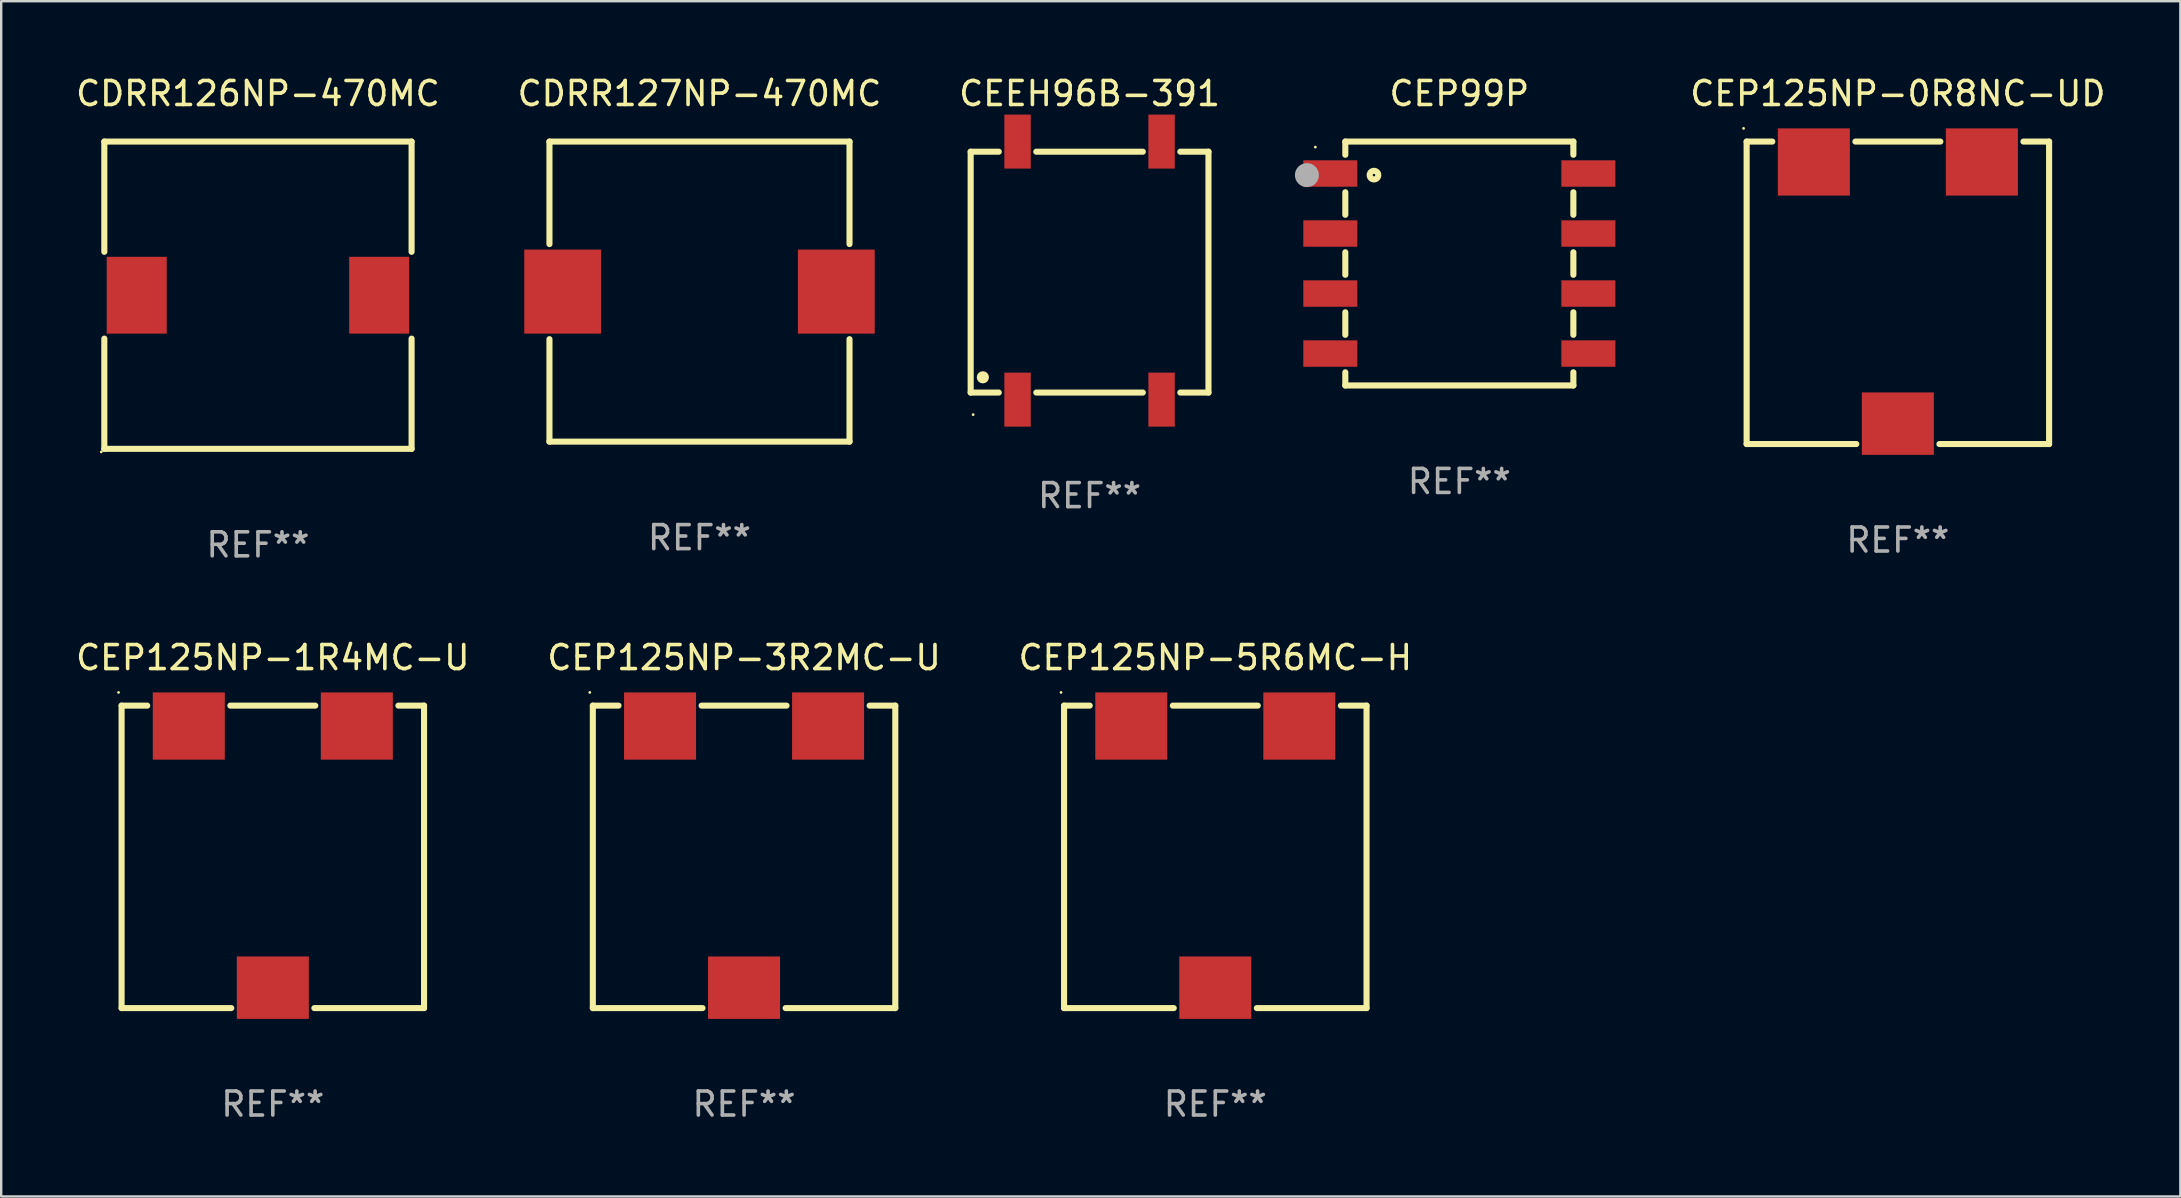
<source format=kicad_pcb>
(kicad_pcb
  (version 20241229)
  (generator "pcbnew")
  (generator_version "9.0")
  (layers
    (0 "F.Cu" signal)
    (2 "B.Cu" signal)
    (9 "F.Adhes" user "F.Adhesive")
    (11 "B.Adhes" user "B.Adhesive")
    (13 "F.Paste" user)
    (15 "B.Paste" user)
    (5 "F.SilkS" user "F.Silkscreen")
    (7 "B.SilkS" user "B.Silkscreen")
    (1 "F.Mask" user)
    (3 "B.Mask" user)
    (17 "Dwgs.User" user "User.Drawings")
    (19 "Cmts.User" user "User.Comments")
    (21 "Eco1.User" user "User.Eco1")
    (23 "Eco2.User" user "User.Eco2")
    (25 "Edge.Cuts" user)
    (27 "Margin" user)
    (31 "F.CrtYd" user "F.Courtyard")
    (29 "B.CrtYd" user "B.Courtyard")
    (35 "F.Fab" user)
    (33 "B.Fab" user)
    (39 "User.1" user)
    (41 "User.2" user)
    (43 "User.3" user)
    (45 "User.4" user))
  (footprint "CDRR126NP-470MC"
    (layer "F.Cu")
    (at 7.696 9.248)
    (property "Reference" "CDRR126NP-470MC" (at 0 -8.4 0) (layer "F.SilkS") (effects (font (size 1 1) (thickness 0.15))))
    (attr through_hole)
    (fp_line (start -6.4 -6.4) (end 6.4 -6.4) (stroke (width 0.254) (type solid)) (layer "F.SilkS"))
    (fp_line (start -6.4 -1.808) (end -6.4 -6.4) (stroke (width 0.254) (type solid)) (layer "F.SilkS"))
    (fp_line (start -6.4 6.4) (end -6.4 1.808) (stroke (width 0.254) (type solid)) (layer "F.SilkS"))
    (fp_line (start -6.4 6.4) (end 6.4 6.4) (stroke (width 0.254) (type solid)) (layer "F.SilkS"))
    (fp_line (start 6.4 -1.808) (end 6.4 -6.4) (stroke (width 0.254) (type solid)) (layer "F.SilkS"))
    (fp_line (start 6.4 6.4) (end 6.4 1.808) (stroke (width 0.254) (type solid)) (layer "F.SilkS"))
    (fp_circle (center -6.527 6.527) (end -6.497 6.527) (stroke (width 0.06) (type solid)) (fill no) (layer "F.SilkS"))
    (fp_text user "REF**" (at 0 10.4 0) (layer "F.Fab") (effects (font (size 1 1) (thickness 0.15))))
    (pad "1" smd rect (at -5.05 -0.000013 90) (size 3.2 2.5) (layers "F.Cu" "F.Mask" "F.Paste"))
    (pad "2" smd rect (at 5.05 -0.000013 90) (size 3.2 2.5) (layers "F.Cu" "F.Mask" "F.Paste")))
  (footprint "CDRR127NP-470MC"
    (layer "F.Cu")
    (at 26.089 9.098)
    (property "Reference" "CDRR127NP-470MC" (at 0 -8.25 0) (layer "F.SilkS") (effects (font (size 1 1) (thickness 0.15))))
    (attr through_hole)
    (fp_line (start -6.25 -6.25) (end 6.25 -6.25) (stroke (width 0.254) (type solid)) (layer "F.SilkS"))
    (fp_line (start -6.25 -1.981) (end -6.25 -6.25) (stroke (width 0.254) (type solid)) (layer "F.SilkS"))
    (fp_line (start -6.25 6.25) (end -6.25 1.981) (stroke (width 0.254) (type solid)) (layer "F.SilkS"))
    (fp_line (start -6.25 6.25) (end 6.25 6.25) (stroke (width 0.254) (type solid)) (layer "F.SilkS"))
    (fp_line (start 6.25 -6.25) (end 6.25 -1.981) (stroke (width 0.254) (type solid)) (layer "F.SilkS"))
    (fp_line (start 6.25 1.981) (end 6.25 6.25) (stroke (width 0.254) (type solid)) (layer "F.SilkS"))
    (fp_circle (center -6.25 6.25) (end -6.22 6.25) (stroke (width 0.06) (type solid)) (fill no) (layer "F.SilkS"))
    (fp_text user "REF**" (at 0 10.25 0) (layer "F.Fab") (effects (font (size 1 1) (thickness 0.15))))
    (pad "1" smd rect (at -5.7 -0.000013) (size 3.2 3.5) (layers "F.Cu" "F.Mask" "F.Paste"))
    (pad "2" smd rect (at 5.7 -0.000013) (size 3.2 3.5) (layers "F.Cu" "F.Mask" "F.Paste")))
  (footprint "CEP125NP-3R2MC-U"
    (layer "F.Cu")
    (at 27.946 32.645)
    (property "Reference" "CEP125NP-3R2MC-U" (at 0 -8.3 0) (layer "F.SilkS") (effects (font (size 1 1) (thickness 0.15))))
    (attr through_hole)
    (fp_line (start -6.3 -6.3) (end -5.231 -6.3) (stroke (width 0.254) (type solid)) (layer "F.SilkS"))
    (fp_line (start -6.3 6.3) (end -6.3 -6.3) (stroke (width 0.254) (type solid)) (layer "F.SilkS"))
    (fp_line (start -1.769 -6.3) (end 1.769 -6.3) (stroke (width 0.254) (type solid)) (layer "F.SilkS"))
    (fp_line (start -1.731 6.3) (end -6.3 6.3) (stroke (width 0.254) (type solid)) (layer "F.SilkS"))
    (fp_line (start 5.231 -6.3) (end 6.3 -6.3) (stroke (width 0.254) (type solid)) (layer "F.SilkS"))
    (fp_line (start 6.3 -6.3) (end 6.3 6.3) (stroke (width 0.254) (type solid)) (layer "F.SilkS"))
    (fp_line (start 6.3 6.3) (end 1.731 6.3) (stroke (width 0.254) (type solid)) (layer "F.SilkS"))
    (fp_circle (center -6.427 -6.85) (end -6.397 -6.85) (stroke (width 0.06) (type solid)) (fill no) (layer "F.SilkS"))
    (fp_text user "REF**" (at 0 10.3 0) (layer "F.Fab") (effects (font (size 1 1) (thickness 0.15))))
    (pad "1" smd rect (at -3.5 -5.45) (size 3 2.8) (layers "F.Cu" "F.Mask" "F.Paste"))
    (pad "2" smd rect (at 3.5 -5.45) (size 3 2.8) (layers "F.Cu" "F.Mask" "F.Paste"))
    (pad "3" smd rect (at -0.000127 5.45) (size 3 2.6) (layers "F.Cu" "F.Mask" "F.Paste")))
  (footprint "CEEH96B-391"
    (layer "F.Cu")
    (at 42.339 8.223)
    (property "Reference" "CEEH96B-391" (at 0 -7.375 0) (layer "F.SilkS") (effects (font (size 1 1) (thickness 0.15))))
    (attr through_hole)
    (fp_line (start -4.953 -4.953) (end -4.953 5.08) (stroke (width 0.254) (type solid)) (layer "F.SilkS"))
    (fp_line (start -4.953 5.08) (end -3.781 5.08) (stroke (width 0.254) (type solid)) (layer "F.SilkS"))
    (fp_line (start -3.781 -4.953) (end -4.953 -4.953) (stroke (width 0.254) (type solid)) (layer "F.SilkS"))
    (fp_line (start -2.219 5.08) (end 2.219 5.08) (stroke (width 0.254) (type solid)) (layer "F.SilkS"))
    (fp_line (start 2.219 -4.953) (end -2.219 -4.953) (stroke (width 0.254) (type solid)) (layer "F.SilkS"))
    (fp_line (start 3.781 5.08) (end 4.953 5.08) (stroke (width 0.254) (type solid)) (layer "F.SilkS"))
    (fp_line (start 4.953 -4.953) (end 3.781 -4.953) (stroke (width 0.254) (type solid)) (layer "F.SilkS"))
    (fp_line (start 4.953 5.08) (end 4.953 -4.953) (stroke (width 0.254) (type solid)) (layer "F.SilkS"))
    (fp_circle (center -4.85 6) (end -4.82 6) (stroke (width 0.06) (type solid)) (fill no) (layer "F.SilkS"))
    (fp_circle (center -4.445 4.445) (end -4.318 4.445) (stroke (width 0.254) (type solid)) (fill no) (layer "F.SilkS"))
    (fp_text user "REF**" (at 0 9.375 0) (layer "F.Fab") (effects (font (size 1 1) (thickness 0.15))))
    (pad "1" smd rect (at -3 5.375) (size 1.1 2.25) (layers "F.Cu" "F.Mask" "F.Paste"))
    (pad "2" smd rect (at 3 5.375) (size 1.1 2.25) (layers "F.Cu" "F.Mask" "F.Paste"))
    (pad "3" smd rect (at 3 -5.375) (size 1.1 2.25) (layers "F.Cu" "F.Mask" "F.Paste"))
    (pad "4" smd rect (at -3 -5.375) (size 1.1 2.25) (layers "F.Cu" "F.Mask" "F.Paste")))
  (footprint "CEP125NP-5R6MC-H"
    (layer "F.Cu")
    (at 47.577 32.645)
    (property "Reference" "CEP125NP-5R6MC-H" (at 0 -8.3 0) (layer "F.SilkS") (effects (font (size 1 1) (thickness 0.15))))
    (attr through_hole)
    (fp_line (start -6.3 -6.3) (end -5.231 -6.3) (stroke (width 0.254) (type solid)) (layer "F.SilkS"))
    (fp_line (start -6.3 6.3) (end -6.3 -6.3) (stroke (width 0.254) (type solid)) (layer "F.SilkS"))
    (fp_line (start -1.769 -6.3) (end 1.769 -6.3) (stroke (width 0.254) (type solid)) (layer "F.SilkS"))
    (fp_line (start -1.731 6.3) (end -6.3 6.3) (stroke (width 0.254) (type solid)) (layer "F.SilkS"))
    (fp_line (start 5.231 -6.3) (end 6.3 -6.3) (stroke (width 0.254) (type solid)) (layer "F.SilkS"))
    (fp_line (start 6.3 -6.3) (end 6.3 6.3) (stroke (width 0.254) (type solid)) (layer "F.SilkS"))
    (fp_line (start 6.3 6.3) (end 1.731 6.3) (stroke (width 0.254) (type solid)) (layer "F.SilkS"))
    (fp_circle (center -6.427 -6.85) (end -6.397 -6.85) (stroke (width 0.06) (type solid)) (fill no) (layer "F.SilkS"))
    (fp_text user "REF**" (at 0 10.3 0) (layer "F.Fab") (effects (font (size 1 1) (thickness 0.15))))
    (pad "1" smd rect (at -3.5 -5.45) (size 3 2.8) (layers "F.Cu" "F.Mask" "F.Paste"))
    (pad "2" smd rect (at 3.5 -5.45) (size 3 2.8) (layers "F.Cu" "F.Mask" "F.Paste"))
    (pad "3" smd rect (at -0.000127 5.45) (size 3 2.6) (layers "F.Cu" "F.Mask" "F.Paste")))
  (footprint "CEP125NP-0R8NC-UD"
    (layer "F.Cu")
    (at 76.011 9.148)
    (property "Reference" "CEP125NP-0R8NC-UD" (at 0 -8.3 0) (layer "F.SilkS") (effects (font (size 1 1) (thickness 0.15))))
    (attr through_hole)
    (fp_line (start -6.3 -6.3) (end -5.231 -6.3) (stroke (width 0.254) (type solid)) (layer "F.SilkS"))
    (fp_line (start -6.3 6.3) (end -6.3 -6.3) (stroke (width 0.254) (type solid)) (layer "F.SilkS"))
    (fp_line (start -1.769 -6.3) (end 1.769 -6.3) (stroke (width 0.254) (type solid)) (layer "F.SilkS"))
    (fp_line (start -1.731 6.3) (end -6.3 6.3) (stroke (width 0.254) (type solid)) (layer "F.SilkS"))
    (fp_line (start 5.231 -6.3) (end 6.3 -6.3) (stroke (width 0.254) (type solid)) (layer "F.SilkS"))
    (fp_line (start 6.3 -6.3) (end 6.3 6.3) (stroke (width 0.254) (type solid)) (layer "F.SilkS"))
    (fp_line (start 6.3 6.3) (end 1.731 6.3) (stroke (width 0.254) (type solid)) (layer "F.SilkS"))
    (fp_circle (center -6.427 -6.85) (end -6.397 -6.85) (stroke (width 0.06) (type solid)) (fill no) (layer "F.SilkS"))
    (fp_text user "REF**" (at 0 10.3 0) (layer "F.Fab") (effects (font (size 1 1) (thickness 0.15))))
    (pad "1" smd rect (at -3.5 -5.45) (size 3 2.8) (layers "F.Cu" "F.Mask" "F.Paste"))
    (pad "2" smd rect (at 3.5 -5.45) (size 3 2.8) (layers "F.Cu" "F.Mask" "F.Paste"))
    (pad "3" smd rect (at -0.000127 5.45) (size 3 2.6) (layers "F.Cu" "F.Mask" "F.Paste")))
  (footprint "CEP125NP-1R4MC-U"
    (layer "F.Cu")
    (at 8.315 32.645)
    (property "Reference" "CEP125NP-1R4MC-U" (at 0 -8.3 0) (layer "F.SilkS") (effects (font (size 1 1) (thickness 0.15))))
    (attr through_hole)
    (fp_line (start -6.3 -6.3) (end -5.231 -6.3) (stroke (width 0.254) (type solid)) (layer "F.SilkS"))
    (fp_line (start -6.3 6.3) (end -6.3 -6.3) (stroke (width 0.254) (type solid)) (layer "F.SilkS"))
    (fp_line (start -1.769 -6.3) (end 1.769 -6.3) (stroke (width 0.254) (type solid)) (layer "F.SilkS"))
    (fp_line (start -1.731 6.3) (end -6.3 6.3) (stroke (width 0.254) (type solid)) (layer "F.SilkS"))
    (fp_line (start 5.231 -6.3) (end 6.3 -6.3) (stroke (width 0.254) (type solid)) (layer "F.SilkS"))
    (fp_line (start 6.3 -6.3) (end 6.3 6.3) (stroke (width 0.254) (type solid)) (layer "F.SilkS"))
    (fp_line (start 6.3 6.3) (end 1.731 6.3) (stroke (width 0.254) (type solid)) (layer "F.SilkS"))
    (fp_circle (center -6.427 -6.85) (end -6.397 -6.85) (stroke (width 0.06) (type solid)) (fill no) (layer "F.SilkS"))
    (fp_text user "REF**" (at 0 10.3 0) (layer "F.Fab") (effects (font (size 1 1) (thickness 0.15))))
    (pad "1" smd rect (at -3.5 -5.45) (size 3 2.8) (layers "F.Cu" "F.Mask" "F.Paste"))
    (pad "2" smd rect (at 3.5 -5.45) (size 3 2.8) (layers "F.Cu" "F.Mask" "F.Paste"))
    (pad "3" smd rect (at -0.000127 5.45) (size 3 2.6) (layers "F.Cu" "F.Mask" "F.Paste")))
  (footprint "CEP99P"
    (layer "F.Cu")
    (at 57.743 7.928)
    (property "Reference" "CEP99P" (at 0 -7.08 0) (layer "F.SilkS") (effects (font (size 1 1) (thickness 0.15))))
    (attr through_hole)
    (fp_line (start -4.75 -5.08) (end -4.75 -4.531) (stroke (width 0.254) (type solid)) (layer "F.SilkS"))
    (fp_line (start -4.75 -5.08) (end 4.75 -5.08) (stroke (width 0.254) (type solid)) (layer "F.SilkS"))
    (fp_line (start -4.75 -2.969) (end -4.75 -2.031) (stroke (width 0.254) (type solid)) (layer "F.SilkS"))
    (fp_line (start -4.75 -0.469) (end -4.75 0.469) (stroke (width 0.254) (type solid)) (layer "F.SilkS"))
    (fp_line (start -4.75 2.031) (end -4.75 2.969) (stroke (width 0.254) (type solid)) (layer "F.SilkS"))
    (fp_line (start -4.75 4.531) (end -4.75 5.08) (stroke (width 0.254) (type solid)) (layer "F.SilkS"))
    (fp_line (start -4.75 5.08) (end 4.75 5.08) (stroke (width 0.254) (type solid)) (layer "F.SilkS"))
    (fp_line (start 4.75 -5.08) (end 4.75 -4.531) (stroke (width 0.254) (type solid)) (layer "F.SilkS"))
    (fp_line (start 4.75 -2.969) (end 4.75 -2.031) (stroke (width 0.254) (type solid)) (layer "F.SilkS"))
    (fp_line (start 4.75 -0.469) (end 4.75 0.469) (stroke (width 0.254) (type solid)) (layer "F.SilkS"))
    (fp_line (start 4.75 2.031) (end 4.75 2.969) (stroke (width 0.254) (type solid)) (layer "F.SilkS"))
    (fp_line (start 4.75 4.531) (end 4.75 5.08) (stroke (width 0.254) (type solid)) (layer "F.SilkS"))
    (fp_circle (center -6 -4.85) (end -5.97 -4.85) (stroke (width 0.06) (type solid)) (fill no) (layer "F.SilkS"))
    (fp_circle (center -3.556 -3.683) (end -3.377 -3.683) (stroke (width 0.254) (type solid)) (fill no) (layer "F.SilkS"))
    (fp_circle (center -6.35 -3.683) (end -6.1 -3.683) (stroke (width 0.5) (type solid)) (fill no) (layer "F.Fab"))
    (fp_text user "REF**" (at 0 9.08 0) (layer "F.Fab") (effects (font (size 1 1) (thickness 0.15))))
    (pad "1" smd rect (at -5.375 -3.75) (size 2.25 1.1) (layers "F.Cu" "F.Mask" "F.Paste"))
    (pad "2" smd rect (at -5.375 -1.25) (size 2.25 1.1) (layers "F.Cu" "F.Mask" "F.Paste"))
    (pad "3" smd rect (at -5.375 1.25) (size 2.25 1.1) (layers "F.Cu" "F.Mask" "F.Paste"))
    (pad "4" smd rect (at -5.375 3.75) (size 2.25 1.1) (layers "F.Cu" "F.Mask" "F.Paste"))
    (pad "5" smd rect (at 5.375 3.75) (size 2.25 1.1) (layers "F.Cu" "F.Mask" "F.Paste"))
    (pad "6" smd rect (at 5.375 1.25) (size 2.25 1.1) (layers "F.Cu" "F.Mask" "F.Paste"))
    (pad "7" smd rect (at 5.375 -1.25) (size 2.25 1.1) (layers "F.Cu" "F.Mask" "F.Paste"))
    (pad "8" smd rect (at 5.375 -3.75) (size 2.25 1.1) (layers "F.Cu" "F.Mask" "F.Paste")))
  (gr_rect
    (start -3 -3)
    (end 87.779 46.793)
    (stroke (width 0.1) (type default))
    (fill no)
    (layer "Edge.Cuts")))
</source>
